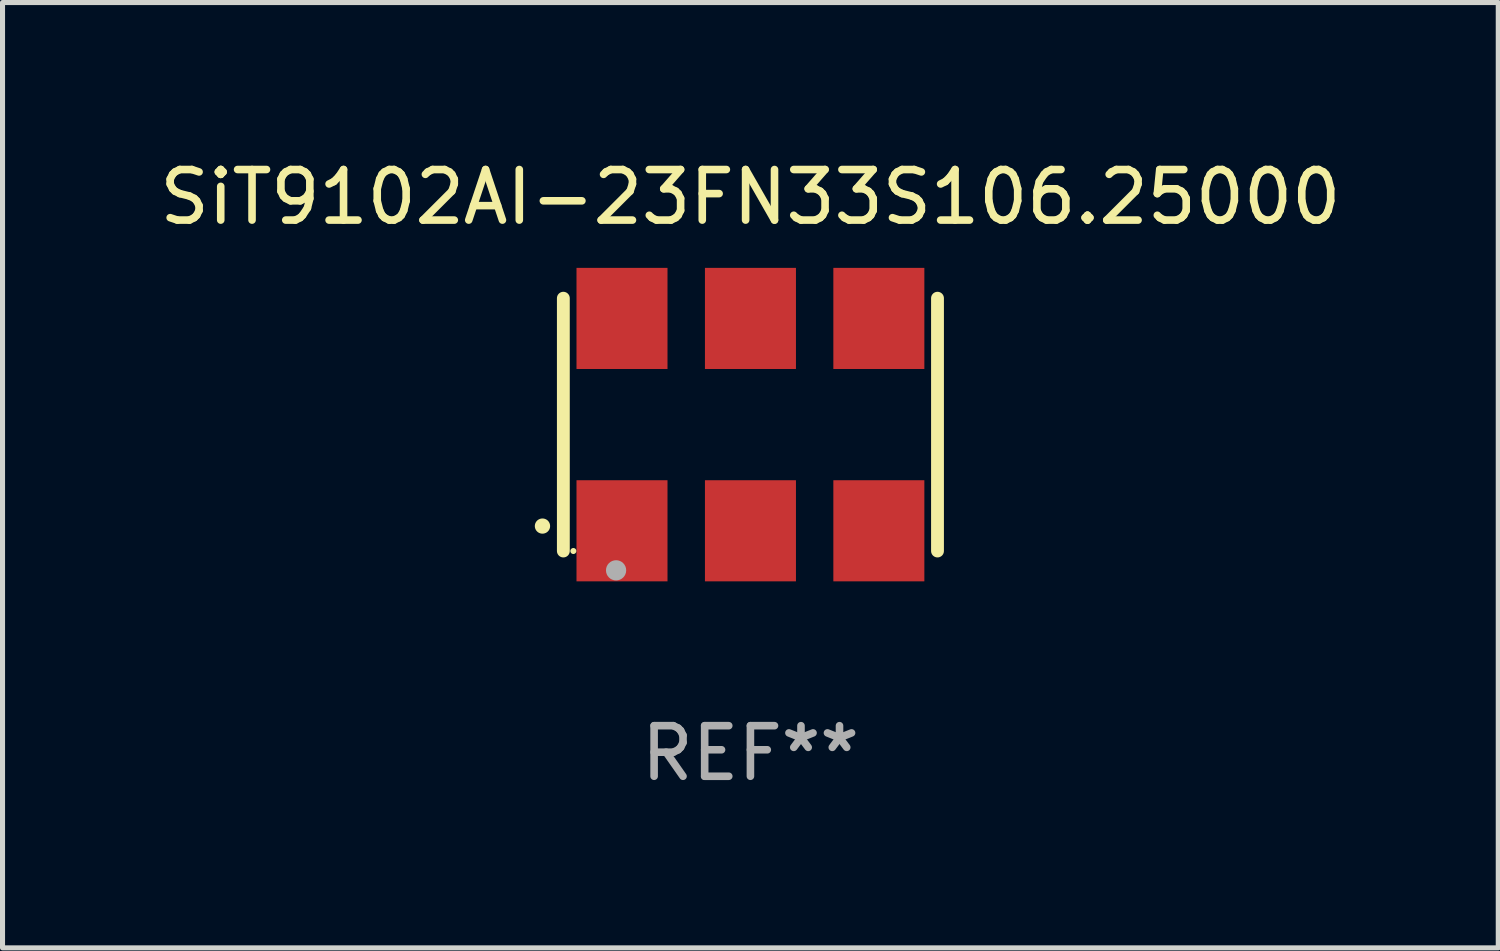
<source format=kicad_pcb>
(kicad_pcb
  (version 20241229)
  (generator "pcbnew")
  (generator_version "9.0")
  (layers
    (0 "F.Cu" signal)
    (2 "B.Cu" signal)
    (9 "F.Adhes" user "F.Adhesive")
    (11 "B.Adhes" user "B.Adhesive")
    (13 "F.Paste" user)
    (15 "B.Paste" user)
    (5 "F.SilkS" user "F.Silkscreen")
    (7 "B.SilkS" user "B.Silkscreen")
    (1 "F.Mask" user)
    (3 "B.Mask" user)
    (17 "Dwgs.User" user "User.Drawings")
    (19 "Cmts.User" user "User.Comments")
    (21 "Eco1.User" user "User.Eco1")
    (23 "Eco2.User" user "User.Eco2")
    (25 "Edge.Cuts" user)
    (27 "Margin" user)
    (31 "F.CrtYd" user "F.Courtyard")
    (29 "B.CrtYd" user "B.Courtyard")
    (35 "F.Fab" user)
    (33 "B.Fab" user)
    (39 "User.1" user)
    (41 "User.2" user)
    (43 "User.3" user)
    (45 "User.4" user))
  (footprint "SiT9102AI-23FN33S106.25000"
    (layer "F.Cu")
    (at 11.792 5.348)
    (property "Reference" "SiT9102AI-23FN33S106.25000" (at 0 -4.5 0) (layer "F.SilkS") (effects (font (size 1 1) (thickness 0.15))))
    (attr through_hole)
    (fp_line (start -3.7 -2.5) (end -3.7 2.5) (stroke (width 0.254) (type solid)) (layer "F.SilkS"))
    (fp_line (start 3.7 -2.5) (end 3.7 2.5) (stroke (width 0.254) (type solid)) (layer "F.SilkS"))
    (fp_arc (start -4.114415 2.006604) (mid -4.113145 2.006599) (end -4.111875 2.006604) (stroke (width 0.3) (type solid)) (layer "F.SilkS"))
    (fp_circle (center -3.502 2.5) (end -3.472 2.5) (stroke (width 0.06) (type solid)) (fill no) (layer "F.SilkS"))
    (fp_circle (center -2.657 2.882) (end -2.557 2.882) (stroke (width 0.2) (type solid)) (fill no) (layer "F.Fab"))
    (fp_text user "REF**" (at 0 6.5 0) (layer "F.Fab") (effects (font (size 1 1) (thickness 0.15))))
    (pad "1" smd rect (at -2.54 2.1) (size 1.8 2) (layers "F.Cu" "F.Mask" "F.Paste"))
    (pad "2" smd rect (at 0.000394 2.1) (size 1.8 2) (layers "F.Cu" "F.Mask" "F.Paste"))
    (pad "3" smd rect (at 2.54 2.1) (size 1.8 2) (layers "F.Cu" "F.Mask" "F.Paste"))
    (pad "4" smd rect (at 2.54 -2.1) (size 1.8 2) (layers "F.Cu" "F.Mask" "F.Paste"))
    (pad "5" smd rect (at 0.000394 -2.1) (size 1.8 2) (layers "F.Cu" "F.Mask" "F.Paste"))
    (pad "6" smd rect (at -2.54 -2.1) (size 1.8 2) (layers "F.Cu" "F.Mask" "F.Paste")))
  (gr_rect
    (start -3 -3)
    (end 26.583 15.697)
    (stroke (width 0.1) (type default))
    (fill no)
    (layer "Edge.Cuts")))
</source>
